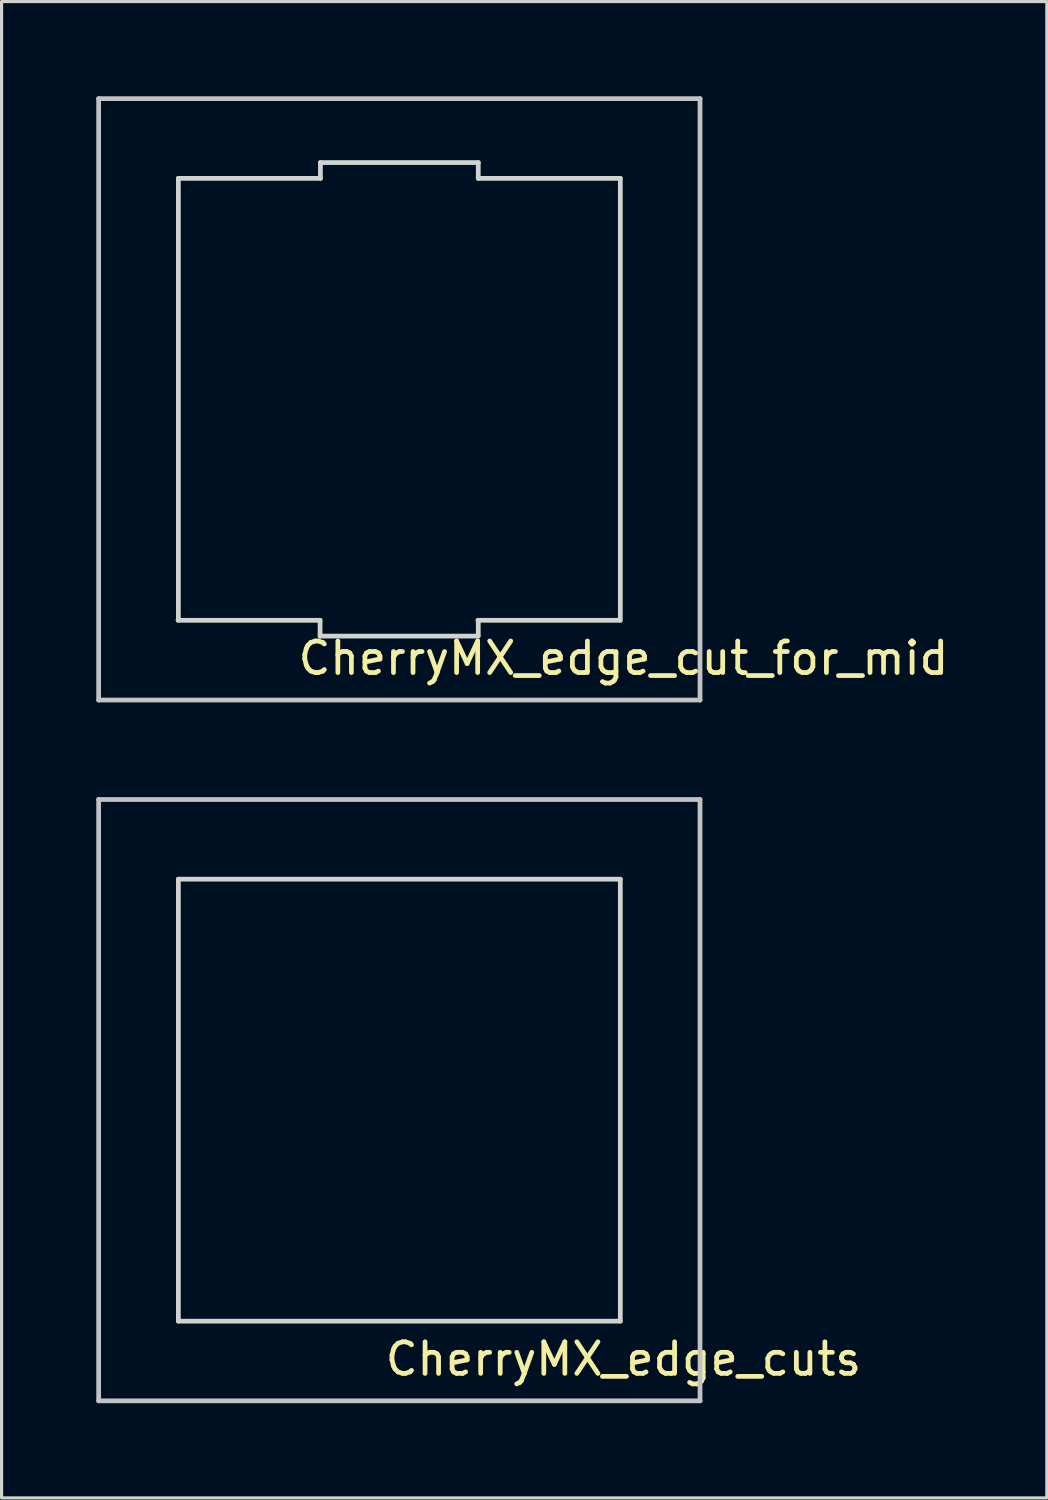
<source format=kicad_pcb>
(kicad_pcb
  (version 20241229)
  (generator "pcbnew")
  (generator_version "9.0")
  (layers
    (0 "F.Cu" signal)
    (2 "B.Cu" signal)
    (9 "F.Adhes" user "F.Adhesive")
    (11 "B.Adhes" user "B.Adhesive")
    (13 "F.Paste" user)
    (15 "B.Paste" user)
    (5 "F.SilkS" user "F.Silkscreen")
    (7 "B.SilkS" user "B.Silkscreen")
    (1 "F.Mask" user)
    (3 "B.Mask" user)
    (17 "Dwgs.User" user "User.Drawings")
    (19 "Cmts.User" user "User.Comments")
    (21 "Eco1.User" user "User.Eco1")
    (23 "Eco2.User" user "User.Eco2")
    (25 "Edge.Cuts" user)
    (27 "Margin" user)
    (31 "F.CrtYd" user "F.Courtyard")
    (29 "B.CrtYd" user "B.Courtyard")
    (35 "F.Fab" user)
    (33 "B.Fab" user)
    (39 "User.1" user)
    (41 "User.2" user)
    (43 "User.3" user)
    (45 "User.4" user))
  (footprint "CherryMX_edge_cuts"
    (layer "F.Cu")
    (at 9.6 31.8)
    (property "Reference" "CherryMX_edge_cuts" (at 7.1 8.2 0) (layer "F.SilkS") (effects (font (size 1 1) (thickness 0.15))))
    (attr through_hole)
    (fp_line (start -9.525 -9.525) (end 9.525 -9.525) (stroke (width 0.15) (type solid)) (layer "Dwgs.User"))
    (fp_line (start -9.525 9.525) (end -9.525 -9.525) (stroke (width 0.15) (type solid)) (layer "Dwgs.User"))
    (fp_line (start 9.525 -9.525) (end 9.525 9.525) (stroke (width 0.15) (type solid)) (layer "Dwgs.User"))
    (fp_line (start 9.525 9.525) (end -9.525 9.525) (stroke (width 0.15) (type solid)) (layer "Dwgs.User"))
    (fp_line (start -7 -7) (end -7 7) (stroke (width 0.15) (type solid)) (layer "Edge.Cuts"))
    (fp_line (start -7 -7) (end 7 -7) (stroke (width 0.15) (type solid)) (layer "Edge.Cuts"))
    (fp_line (start -7 7) (end 7 7) (stroke (width 0.15) (type solid)) (layer "Edge.Cuts"))
    (fp_line (start 7 -7) (end 7 7) (stroke (width 0.15) (type solid)) (layer "Edge.Cuts")))
  (footprint "CherryMX_edge_cut_for_mid"
    (layer "F.Cu")
    (at 9.6 9.6)
    (property "Reference" "CherryMX_edge_cut_for_mid" (at 7.1 8.2 0) (layer "F.SilkS") (effects (font (size 1 1) (thickness 0.15))))
    (attr through_hole)
    (fp_line (start -9.525 -9.525) (end 9.525 -9.525) (stroke (width 0.15) (type solid)) (layer "Dwgs.User"))
    (fp_line (start -9.525 9.525) (end -9.525 -9.525) (stroke (width 0.15) (type solid)) (layer "Dwgs.User"))
    (fp_line (start 9.525 -9.525) (end 9.525 9.525) (stroke (width 0.15) (type solid)) (layer "Dwgs.User"))
    (fp_line (start 9.525 9.525) (end -9.525 9.525) (stroke (width 0.15) (type solid)) (layer "Dwgs.User"))
    (fp_line (start -7 -7) (end -7 7) (stroke (width 0.15) (type solid)) (layer "Edge.Cuts"))
    (fp_line (start -7 -7) (end -2.5 -7) (stroke (width 0.15) (type solid)) (layer "Edge.Cuts"))
    (fp_line (start -2.511 7) (end -7.011 7) (stroke (width 0.15) (type solid)) (layer "Edge.Cuts"))
    (fp_line (start -2.511 7.5) (end -2.511 7) (stroke (width 0.15) (type solid)) (layer "Edge.Cuts"))
    (fp_line (start -2.5 -7.5) (end -2.5 -7) (stroke (width 0.15) (type solid)) (layer "Edge.Cuts"))
    (fp_line (start -2.5 -7.5) (end 2.5 -7.5) (stroke (width 0.15) (type solid)) (layer "Edge.Cuts"))
    (fp_line (start 2.489 7.5) (end -2.511 7.5) (stroke (width 0.15) (type solid)) (layer "Edge.Cuts"))
    (fp_line (start 2.5 -7.5) (end 2.5 -7) (stroke (width 0.15) (type solid)) (layer "Edge.Cuts"))
    (fp_line (start 2.5 -7) (end 7 -7) (stroke (width 0.15) (type solid)) (layer "Edge.Cuts"))
    (fp_line (start 2.5 7.5) (end 2.5 7) (stroke (width 0.15) (type solid)) (layer "Edge.Cuts"))
    (fp_line (start 6.989 7) (end 2.489 7) (stroke (width 0.15) (type solid)) (layer "Edge.Cuts"))
    (fp_line (start 7 -7) (end 7 7) (stroke (width 0.15) (type solid)) (layer "Edge.Cuts")))
  (gr_rect
    (start -3 -3)
    (end 30.111 44.4)
    (stroke (width 0.1) (type default))
    (fill no)
    (layer "Edge.Cuts")))
</source>
